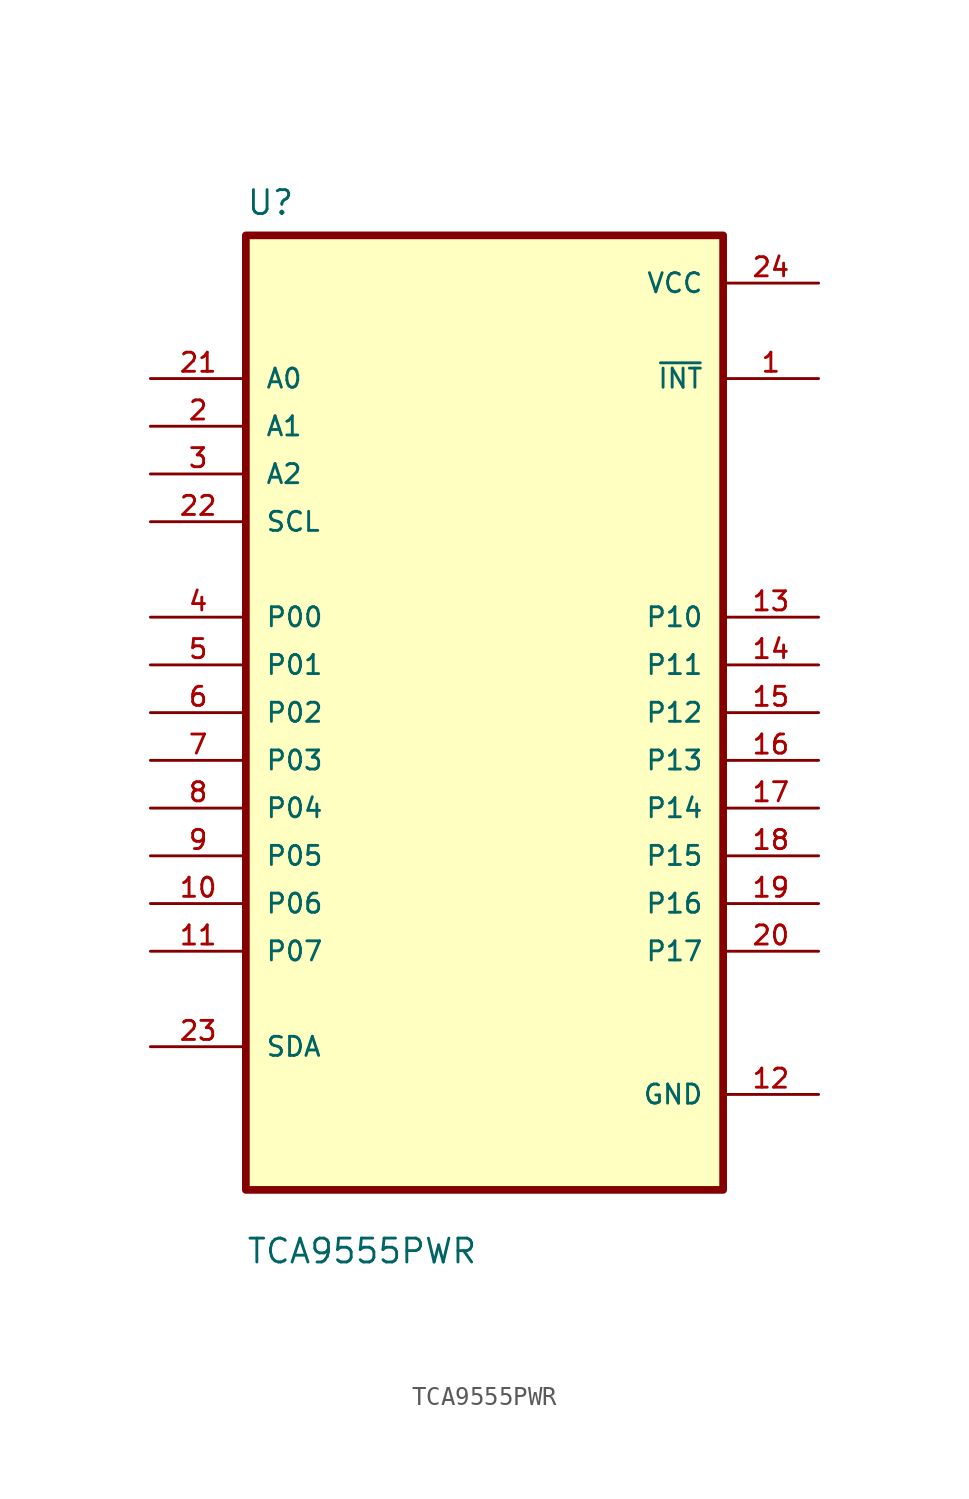
<source format=kicad_sym>
(kicad_symbol_lib
  (version 20211014)
  (generator kicad_symbol_editor)
  (symbol "TCA9555PWR"
    (pin_names
      (offset 1.016))
    (property "Reference" "U"
      (at -12.7 26.4 0.0)
      (effects (font (size 1.27 1.27)) (justify bottom left)))
    (property "Value" "TCA9555PWR"
      (at -12.7 -29.4 0.0)
      (effects (font (size 1.27 1.27)) (justify bottom left)))
    (symbol "TCA9555PWR_0_0"
      (rectangle (start -12.7 -25.4) (end 12.7 25.4) (stroke (width 0.41)) (fill (type background)))
      (pin input line (at -17.78 17.78 0) (length 5.08) (name "A0" (effects (font (size 1.016 1.016)))) (number "21" (effects (font (size 1.016 1.016)))))
      (pin input line (at -17.78 15.24 0) (length 5.08) (name "A1" (effects (font (size 1.016 1.016)))) (number "2" (effects (font (size 1.016 1.016)))))
      (pin input line (at -17.78 12.7 0) (length 5.08) (name "A2" (effects (font (size 1.016 1.016)))) (number "3" (effects (font (size 1.016 1.016)))))
      (pin input line (at -17.78 10.16 0) (length 5.08) (name "SCL" (effects (font (size 1.016 1.016)))) (number "22" (effects (font (size 1.016 1.016)))))
      (pin bidirectional line (at -17.78 5.08 0) (length 5.08) (name "P00" (effects (font (size 1.016 1.016)))) (number "4" (effects (font (size 1.016 1.016)))))
      (pin bidirectional line (at -17.78 2.54 0) (length 5.08) (name "P01" (effects (font (size 1.016 1.016)))) (number "5" (effects (font (size 1.016 1.016)))))
      (pin bidirectional line (at -17.78 3.55271e-15 0) (length 5.08) (name "P02" (effects (font (size 1.016 1.016)))) (number "6" (effects (font (size 1.016 1.016)))))
      (pin bidirectional line (at -17.78 -2.54 0) (length 5.08) (name "P03" (effects (font (size 1.016 1.016)))) (number "7" (effects (font (size 1.016 1.016)))))
      (pin bidirectional line (at -17.78 -5.08 0) (length 5.08) (name "P04" (effects (font (size 1.016 1.016)))) (number "8" (effects (font (size 1.016 1.016)))))
      (pin bidirectional line (at -17.78 -7.62 0) (length 5.08) (name "P05" (effects (font (size 1.016 1.016)))) (number "9" (effects (font (size 1.016 1.016)))))
      (pin bidirectional line (at -17.78 -10.16 0) (length 5.08) (name "P06" (effects (font (size 1.016 1.016)))) (number "10" (effects (font (size 1.016 1.016)))))
      (pin bidirectional line (at -17.78 -12.7 0) (length 5.08) (name "P07" (effects (font (size 1.016 1.016)))) (number "11" (effects (font (size 1.016 1.016)))))
      (pin bidirectional line (at -17.78 -17.78 0) (length 5.08) (name "SDA" (effects (font (size 1.016 1.016)))) (number "23" (effects (font (size 1.016 1.016)))))
      (pin power_in line (at 17.78 22.86 180.0) (length 5.08) (name "VCC" (effects (font (size 1.016 1.016)))) (number "24" (effects (font (size 1.016 1.016)))))
      (pin output line (at 17.78 17.78 180.0) (length 5.08) (name "~{INT}" (effects (font (size 1.016 1.016)))) (number "1" (effects (font (size 1.016 1.016)))))
      (pin bidirectional line (at 17.78 5.08 180.0) (length 5.08) (name "P10" (effects (font (size 1.016 1.016)))) (number "13" (effects (font (size 1.016 1.016)))))
      (pin bidirectional line (at 17.78 2.54 180.0) (length 5.08) (name "P11" (effects (font (size 1.016 1.016)))) (number "14" (effects (font (size 1.016 1.016)))))
      (pin bidirectional line (at 17.78 1.77636e-15 180.0) (length 5.08) (name "P12" (effects (font (size 1.016 1.016)))) (number "15" (effects (font (size 1.016 1.016)))))
      (pin bidirectional line (at 17.78 -2.54 180.0) (length 5.08) (name "P13" (effects (font (size 1.016 1.016)))) (number "16" (effects (font (size 1.016 1.016)))))
      (pin bidirectional line (at 17.78 -5.08 180.0) (length 5.08) (name "P14" (effects (font (size 1.016 1.016)))) (number "17" (effects (font (size 1.016 1.016)))))
      (pin bidirectional line (at 17.78 -7.62 180.0) (length 5.08) (name "P15" (effects (font (size 1.016 1.016)))) (number "18" (effects (font (size 1.016 1.016)))))
      (pin bidirectional line (at 17.78 -10.16 180.0) (length 5.08) (name "P16" (effects (font (size 1.016 1.016)))) (number "19" (effects (font (size 1.016 1.016)))))
      (pin bidirectional line (at 17.78 -12.7 180.0) (length 5.08) (name "P17" (effects (font (size 1.016 1.016)))) (number "20" (effects (font (size 1.016 1.016)))))
      (pin power_in line (at 17.78 -20.32 180.0) (length 5.08) (name "GND" (effects (font (size 1.016 1.016)))) (number "12" (effects (font (size 1.016 1.016))))))))
</source>
